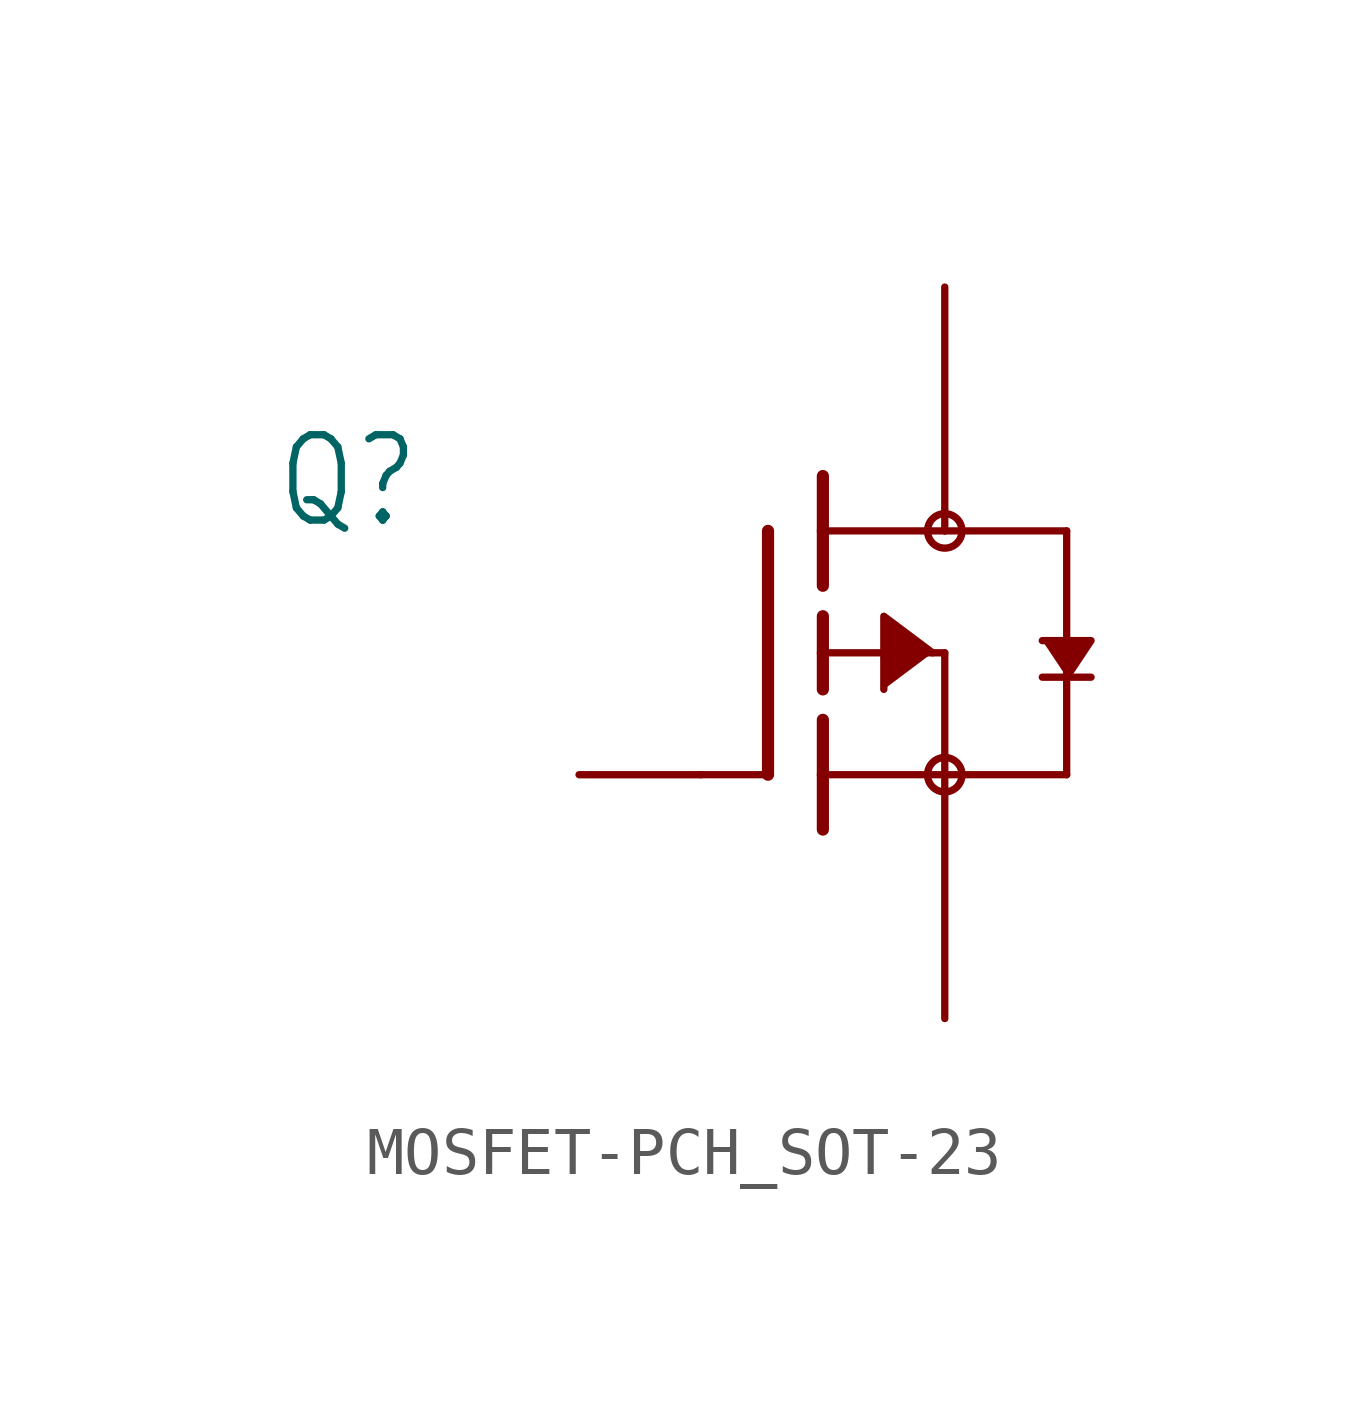
<source format=kicad_sym>
(kicad_symbol_lib
  (version 20220914)
  (generator kicad_symbol_editor)
  (symbol "MOSFET-PCH_SOT-23"
    (property "Reference" "Q"
      (at -8.89 2.54 0)
      (effects (font (size 1.778 1.511)) (justify left bottom)))
    (property "Value" ""
      (at -8.89 0 0)
      (effects (font (size 1.778 1.511)) (justify left bottom)))
    (property "ki_locked" ""
      (at 0 0 0)
      (effects (font (size 1.27 1.27))))
    (symbol "MOSFET-PCH_SOT-23_1_0"
      (polyline (pts (xy 0 -2.54) (xy 1.321 -2.54)) (stroke (width 0.152) (type solid)) (fill (type none)))
      (polyline (pts (xy 1.397 2.54) (xy 1.397 -2.54)) (stroke (width 0.254) (type solid)) (fill (type none)))
      (polyline (pts (xy 2.54 -2.54) (xy 2.54 -3.683)) (stroke (width 0.254) (type solid)) (fill (type none)))
      (polyline (pts (xy 2.54 -1.397) (xy 2.54 -2.54)) (stroke (width 0.254) (type solid)) (fill (type none)))
      (polyline (pts (xy 2.54 0) (xy 2.54 -0.762)) (stroke (width 0.254) (type solid)) (fill (type none)))
      (polyline (pts (xy 2.54 0) (xy 5.08 0)) (stroke (width 0.152) (type solid)) (fill (type none)))
      (polyline (pts (xy 2.54 0.762) (xy 2.54 0)) (stroke (width 0.254) (type solid)) (fill (type none)))
      (polyline (pts (xy 2.54 2.54) (xy 2.54 1.397)) (stroke (width 0.254) (type solid)) (fill (type none)))
      (polyline (pts (xy 2.54 2.54) (xy 5.08 2.54)) (stroke (width 0.152) (type solid)) (fill (type none)))
      (polyline (pts (xy 2.54 3.683) (xy 2.54 2.54)) (stroke (width 0.254) (type solid)) (fill (type none)))
      (polyline (pts (xy 5.08 -2.54) (xy 2.54 -2.54)) (stroke (width 0.152) (type solid)) (fill (type none)))
      (polyline (pts (xy 5.08 -2.54) (xy 7.62 -2.54)) (stroke (width 0.152) (type solid)) (fill (type none)))
      (polyline (pts (xy 5.08 0) (xy 5.08 -2.54)) (stroke (width 0.152) (type solid)) (fill (type none)))
      (polyline (pts (xy 5.08 2.54) (xy 7.62 2.54)) (stroke (width 0.152) (type solid)) (fill (type none)))
      (polyline (pts (xy 7.112 -0.508) (xy 7.62 -0.508)) (stroke (width 0.152) (type solid)) (fill (type none)))
      (polyline (pts (xy 7.62 -0.508) (xy 7.62 -2.54)) (stroke (width 0.152) (type solid)) (fill (type none)))
      (polyline (pts (xy 7.62 -0.508) (xy 8.128 -0.508)) (stroke (width 0.152) (type solid)) (fill (type none)))
      (polyline (pts (xy 7.62 2.54) (xy 7.62 -0.508)) (stroke (width 0.152) (type solid)) (fill (type none)))
      (polyline (pts (xy 4.826 0) (xy 3.81 0.762) (xy 3.81 -0.762)) (stroke (width 0.152) (type solid)) (fill (type outline)))
      (polyline (pts (xy 7.62 -0.508) (xy 8.128 0.254) (xy 7.112 0.254)) (stroke (width 0.152) (type solid)) (fill (type outline)))
      (circle (center 5.08 -2.54) (radius 0.359) (stroke (width 0) (type solid)) (fill (type none)))
      (circle (center 5.08 2.54) (radius 0.359) (stroke (width 0) (type solid)) (fill (type none)))
      (pin passive line (at -2.54 -2.54 0) (length 2.54) (name "G" (effects (font (size 0 0)))) (number "1" (effects (font (size 0 0)))))
      (pin passive line (at 5.08 -7.62 90) (length 5.08) (name "S" (effects (font (size 0 0)))) (number "2" (effects (font (size 0 0)))))
      (pin passive line (at 5.08 7.62 270) (length 5.08) (name "D" (effects (font (size 0 0)))) (number "3" (effects (font (size 0 0))))))))
</source>
